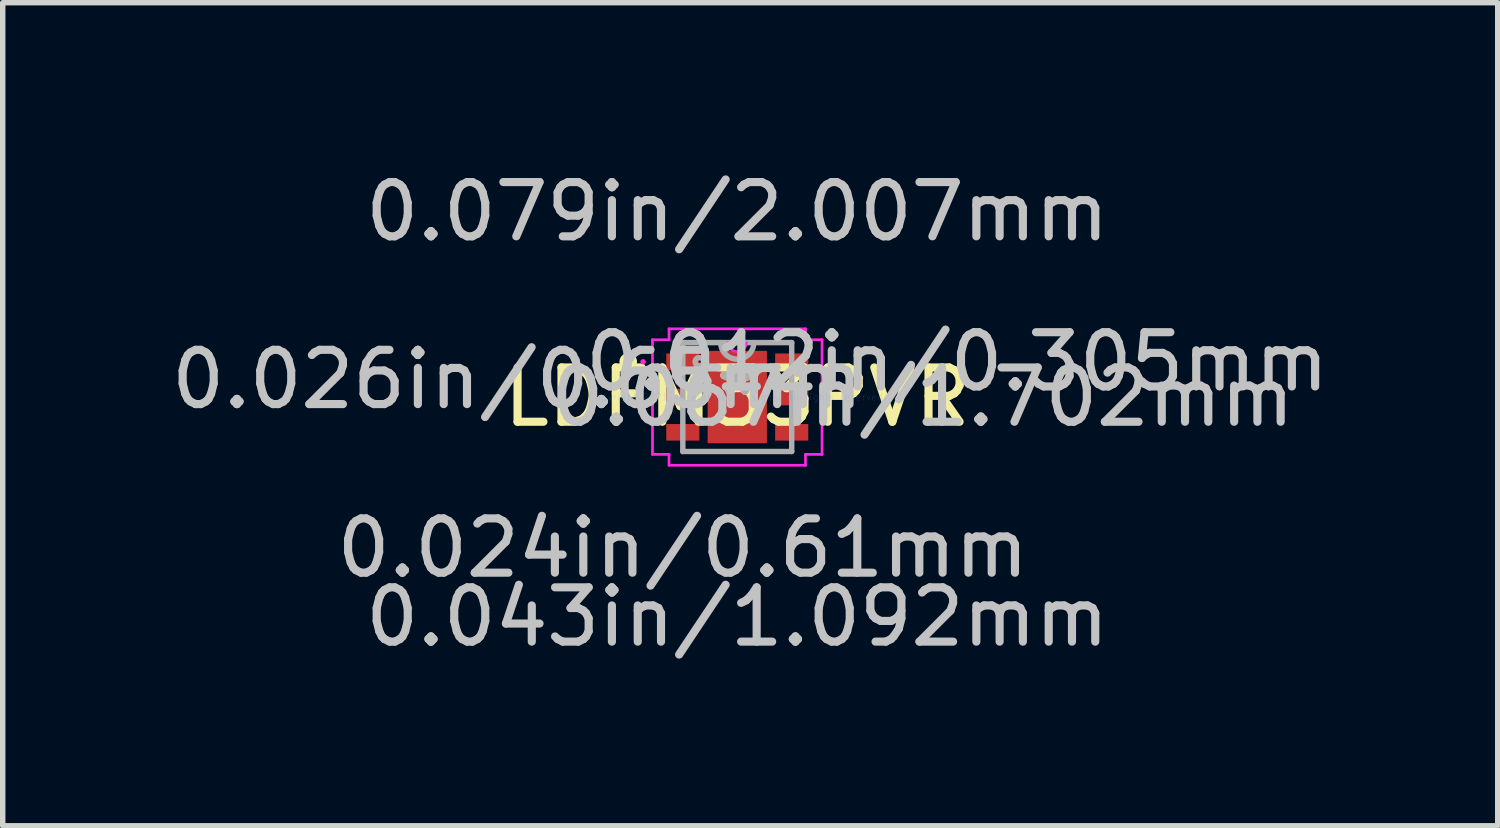
<source format=kicad_pcb>
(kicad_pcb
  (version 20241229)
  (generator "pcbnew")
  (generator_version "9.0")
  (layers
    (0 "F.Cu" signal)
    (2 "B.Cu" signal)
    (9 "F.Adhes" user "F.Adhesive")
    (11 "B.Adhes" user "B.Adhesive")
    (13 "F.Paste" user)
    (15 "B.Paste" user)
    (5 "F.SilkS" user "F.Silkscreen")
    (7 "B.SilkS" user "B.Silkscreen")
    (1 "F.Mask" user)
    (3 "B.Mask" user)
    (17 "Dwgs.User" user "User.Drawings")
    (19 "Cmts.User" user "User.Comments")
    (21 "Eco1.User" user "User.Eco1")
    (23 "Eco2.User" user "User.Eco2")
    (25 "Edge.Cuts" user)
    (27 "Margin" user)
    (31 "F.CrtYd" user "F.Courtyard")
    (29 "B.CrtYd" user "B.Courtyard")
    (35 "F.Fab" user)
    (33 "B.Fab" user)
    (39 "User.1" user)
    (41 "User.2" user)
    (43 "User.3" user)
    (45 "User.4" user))
  (footprint "LDFM33PVR"
    (layer "F.Cu")
    (at 10.533 4.265)
    (property "Reference" "LDFM33PVR" (at 0 0 0) (layer "F.SilkS") (effects (font (size 1 1) (thickness 0.15))))
    (attr through_hole)
    (fp_circle (center -2.009 -0.65) (end -1.907 -0.65) (stroke (width 0.12) (type solid)) (fill no) (layer "F.SilkS"))
    (fp_line (start -1.562 -1.056) (end -1.257 -1.056) (stroke (width 0.05) (type solid)) (layer "F.CrtYd"))
    (fp_line (start -1.562 1.056) (end -1.562 -1.056) (stroke (width 0.05) (type solid)) (layer "F.CrtYd"))
    (fp_line (start -1.257 -1.257) (end 1.257 -1.257) (stroke (width 0.05) (type solid)) (layer "F.CrtYd"))
    (fp_line (start -1.257 -1.056) (end -1.257 -1.257) (stroke (width 0.05) (type solid)) (layer "F.CrtYd"))
    (fp_line (start -1.257 1.056) (end -1.562 1.056) (stroke (width 0.05) (type solid)) (layer "F.CrtYd"))
    (fp_line (start -1.257 1.257) (end -1.257 1.056) (stroke (width 0.05) (type solid)) (layer "F.CrtYd"))
    (fp_line (start 1.257 -1.257) (end 1.257 -1.056) (stroke (width 0.05) (type solid)) (layer "F.CrtYd"))
    (fp_line (start 1.257 -1.056) (end 1.562 -1.056) (stroke (width 0.05) (type solid)) (layer "F.CrtYd"))
    (fp_line (start 1.257 1.056) (end 1.257 1.257) (stroke (width 0.05) (type solid)) (layer "F.CrtYd"))
    (fp_line (start 1.257 1.257) (end -1.257 1.257) (stroke (width 0.05) (type solid)) (layer "F.CrtYd"))
    (fp_line (start 1.562 -1.056) (end 1.562 1.056) (stroke (width 0.05) (type solid)) (layer "F.CrtYd"))
    (fp_line (start 1.562 1.056) (end 1.257 1.056) (stroke (width 0.05) (type solid)) (layer "F.CrtYd"))
    (fp_arc (start 0.167217 -1.0033) (mid 0 -0.836083) (end -0.167217 -1.0033) (stroke (width 0.05) (type solid)) (layer "F.CrtYd"))
    (fp_circle (center -1.735 -0.65) (end -1.735 -0.65) (stroke (width 0.05) (type solid)) (fill no) (layer "F.CrtYd"))
    (fp_line (start -1.003 -1.003) (end -1.003 1.003) (stroke (width 0.1) (type solid)) (layer "F.Fab"))
    (fp_line (start -1.003 1.003) (end 1.003 1.003) (stroke (width 0.1) (type solid)) (layer "F.Fab"))
    (fp_line (start 1.003 -1.003) (end -1.003 -1.003) (stroke (width 0.1) (type solid)) (layer "F.Fab"))
    (fp_line (start 1.003 1.003) (end 1.003 -1.003) (stroke (width 0.1) (type solid)) (layer "F.Fab"))
    (fp_arc (start 0.3048 -1.0033) (mid 0 -0.6985) (end -0.3048 -1.0033) (stroke (width 0.1) (type solid)) (layer "F.Fab"))
    (fp_circle (center -0.699 -0.65) (end -0.622 -0.65) (stroke (width 0.1) (type solid)) (fill no) (layer "F.Fab"))
    (fp_text user "*" (at 0 0 0) (layer "F.SilkS") (effects (font (size 1 1) (thickness 0.15))))
    (fp_text user "0.026in/0.65mm" (at -4.051 -0.325 0) (layer "Dwgs.User") (effects (font (size 1 1) (thickness 0.15))))
    (fp_text user "0.012in/0.305mm" (at 4.051 -0.65 0) (layer "Dwgs.User") (effects (font (size 1 1) (thickness 0.15))))
    (fp_text user "0.079in/2.007mm" (at 0 -3.416 0) (layer "Dwgs.User") (effects (font (size 1 1) (thickness 0.15))))
    (fp_text user "0.024in/0.61mm" (at -1.003 2.781 0) (layer "Dwgs.User") (effects (font (size 1 1) (thickness 0.15))))
    (fp_text user "0.043in/1.092mm" (at 0 4.051 0) (layer "Dwgs.User") (effects (font (size 1 1) (thickness 0.15))))
    (fp_text user "0.067in/1.702mm" (at 3.416 0 0) (layer "Dwgs.User") (effects (font (size 1 1) (thickness 0.15))))
    (fp_text user "Copyright 2021 Accelerated Designs. All rights reserved." (at 0 0 0) (layer "Cmts.User") (effects (font (size 0.127 0.127) (thickness 0.002))))
    (fp_text user "*" (at 0 0 0) (layer "F.Fab") (effects (font (size 1 1) (thickness 0.15))))
    (pad "1" smd rect (at -1.003 -0.65) (size 0.61 0.305) (layers "F.Cu" "F.Mask" "F.Paste"))
    (pad "2" smd rect (at -1.003 0) (size 0.61 0.305) (layers "F.Cu" "F.Mask" "F.Paste"))
    (pad "3" smd rect (at -1.003 0.65) (size 0.61 0.305) (layers "F.Cu" "F.Mask" "F.Paste"))
    (pad "4" smd rect (at 1.003 0.65) (size 0.61 0.305) (layers "F.Cu" "F.Mask" "F.Paste"))
    (pad "5" smd rect (at 1.003 0) (size 0.61 0.305) (layers "F.Cu" "F.Mask" "F.Paste"))
    (pad "6" smd rect (at 1.003 -0.65) (size 0.61 0.305) (layers "F.Cu" "F.Mask" "F.Paste"))
    (pad "7" smd rect (at 0 0) (size 1.092 1.702) (layers "F.Cu" "F.Mask" "F.Paste")))
  (gr_rect
    (start -3 -3)
    (end 24.543 12.164)
    (stroke (width 0.1) (type default))
    (fill no)
    (layer "Edge.Cuts")))
</source>
